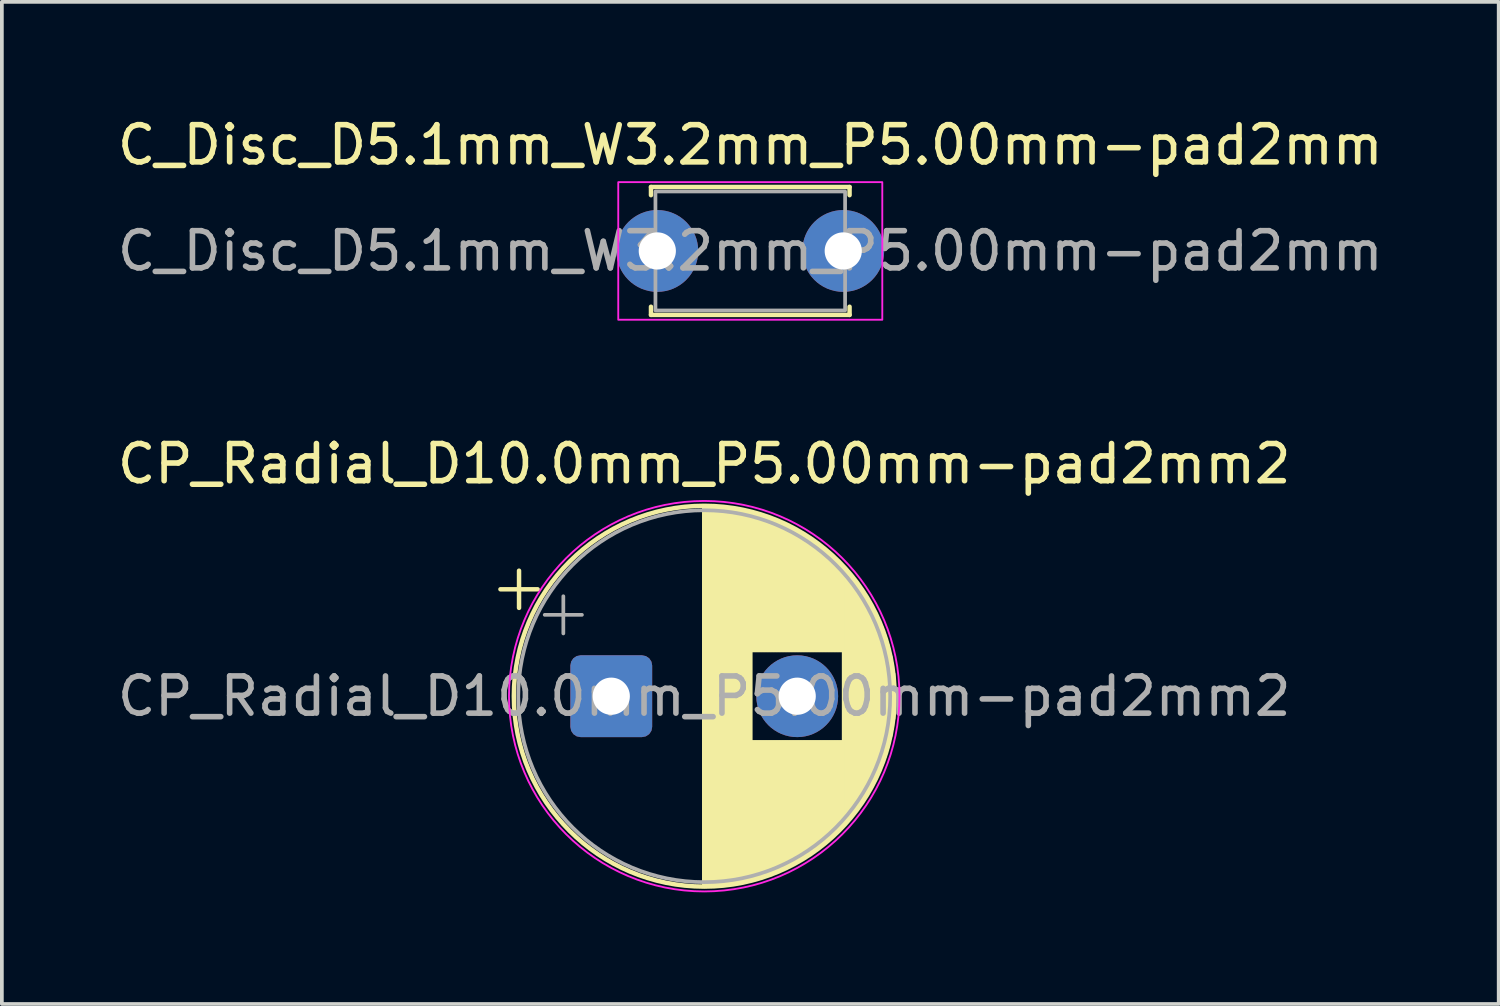
<source format=kicad_pcb>
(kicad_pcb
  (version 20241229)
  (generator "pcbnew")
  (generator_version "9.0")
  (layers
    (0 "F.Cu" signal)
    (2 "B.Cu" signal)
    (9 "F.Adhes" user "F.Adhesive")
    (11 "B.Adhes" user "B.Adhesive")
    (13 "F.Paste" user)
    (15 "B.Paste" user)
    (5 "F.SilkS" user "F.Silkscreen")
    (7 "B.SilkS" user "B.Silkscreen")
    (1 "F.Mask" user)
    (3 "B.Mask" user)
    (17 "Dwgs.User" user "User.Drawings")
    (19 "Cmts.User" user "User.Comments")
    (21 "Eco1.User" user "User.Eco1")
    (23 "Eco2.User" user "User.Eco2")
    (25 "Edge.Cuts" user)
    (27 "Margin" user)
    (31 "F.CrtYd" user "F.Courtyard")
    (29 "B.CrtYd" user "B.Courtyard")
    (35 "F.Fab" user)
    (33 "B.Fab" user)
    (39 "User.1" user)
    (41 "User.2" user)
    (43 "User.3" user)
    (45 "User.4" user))
  (footprint "C_Disc_D5.1mm_W3.2mm_P5.00mm-pad2mm"
    (layer "F.Cu")
    (at 14.625 3.698)
    (property "Reference" "C_Disc_D5.1mm_W3.2mm_P5.00mm-pad2mm" (at 2.5 -2.85 0) (layer "F.SilkS") (effects (font (size 1 1) (thickness 0.15))))
    (attr through_hole)
    (fp_line (start -0.17 -1.72) (end 5.17 -1.72) (stroke (width 0.12) (type solid)) (layer "F.SilkS"))
    (fp_line (start -0.17 -1.5) (end -0.17 -1.72) (stroke (width 0.12) (type solid)) (layer "F.SilkS"))
    (fp_line (start -0.17 1.72) (end -0.17 1.5) (stroke (width 0.12) (type solid)) (layer "F.SilkS"))
    (fp_line (start 5.17 -1.72) (end 5.17 -1.5) (stroke (width 0.12) (type solid)) (layer "F.SilkS"))
    (fp_line (start 5.17 1.5) (end 5.17 1.72) (stroke (width 0.12) (type solid)) (layer "F.SilkS"))
    (fp_line (start 5.17 1.72) (end -0.17 1.72) (stroke (width 0.12) (type solid)) (layer "F.SilkS"))
    (fp_rect (start -1.05 -1.85) (end 6.05 1.85) (stroke (width 0.05) (type solid)) (fill no) (layer "F.CrtYd"))
    (fp_rect (start -0.05 -1.6) (end 5.05 1.6) (stroke (width 0.1) (type solid)) (fill no) (layer "F.Fab"))
    (fp_text user "${REFERENCE}" (at 2.5 0 0) (layer "F.Fab") (effects (font (size 1 1) (thickness 0.15))))
    (pad "1" thru_hole circle (at 0 0) (size 2.2 2.2) (drill 1) (layers "*.Cu" "*.Mask"))
    (pad "2" thru_hole circle (at 5 0) (size 2.2 2.2) (drill 1) (layers "*.Cu" "*.Mask")))
  (footprint "CP_Radial_D10.0mm_P5.00mm-pad2mm2"
    (layer "F.Cu")
    (at 13.387 15.671)
    (property "Reference" "CP_Radial_D10.0mm_P5.00mm-pad2mm2" (at 2.5 -6.25 0) (layer "F.SilkS") (effects (font (size 1 1) (thickness 0.15))))
    (attr through_hole)
    (fp_line (start -2.98 -2.875) (end -1.98 -2.875) (stroke (width 0.12) (type solid)) (layer "F.SilkS"))
    (fp_line (start -2.48 -3.375) (end -2.48 -2.375) (stroke (width 0.12) (type solid)) (layer "F.SilkS"))
    (fp_line (start 2.5 -5.08) (end 2.5 5.08) (stroke (width 0.12) (type solid)) (layer "F.SilkS"))
    (fp_line (start 2.54 -5.08) (end 2.54 5.08) (stroke (width 0.12) (type solid)) (layer "F.SilkS"))
    (fp_line (start 2.58 -5.079) (end 2.58 5.079) (stroke (width 0.12) (type solid)) (layer "F.SilkS"))
    (fp_line (start 2.62 -5.079) (end 2.62 5.079) (stroke (width 0.12) (type solid)) (layer "F.SilkS"))
    (fp_line (start 2.66 -5.077) (end 2.66 5.077) (stroke (width 0.12) (type solid)) (layer "F.SilkS"))
    (fp_line (start 2.7 -5.076) (end 2.7 5.076) (stroke (width 0.12) (type solid)) (layer "F.SilkS"))
    (fp_line (start 2.74 -5.074) (end 2.74 5.074) (stroke (width 0.12) (type solid)) (layer "F.SilkS"))
    (fp_line (start 2.78 -5.072) (end 2.78 5.072) (stroke (width 0.12) (type solid)) (layer "F.SilkS"))
    (fp_line (start 2.82 -5.07) (end 2.82 5.07) (stroke (width 0.12) (type solid)) (layer "F.SilkS"))
    (fp_line (start 2.86 -5.067) (end 2.86 5.067) (stroke (width 0.12) (type solid)) (layer "F.SilkS"))
    (fp_line (start 2.9 -5.064) (end 2.9 5.064) (stroke (width 0.12) (type solid)) (layer "F.SilkS"))
    (fp_line (start 2.94 -5.061) (end 2.94 5.061) (stroke (width 0.12) (type solid)) (layer "F.SilkS"))
    (fp_line (start 2.98 -5.057) (end 2.98 5.057) (stroke (width 0.12) (type solid)) (layer "F.SilkS"))
    (fp_line (start 3.02 -5.054) (end 3.02 5.054) (stroke (width 0.12) (type solid)) (layer "F.SilkS"))
    (fp_line (start 3.06 -5.049) (end 3.06 5.049) (stroke (width 0.12) (type solid)) (layer "F.SilkS"))
    (fp_line (start 3.1 -5.045) (end 3.1 5.045) (stroke (width 0.12) (type solid)) (layer "F.SilkS"))
    (fp_line (start 3.14 -5.04) (end 3.14 5.04) (stroke (width 0.12) (type solid)) (layer "F.SilkS"))
    (fp_line (start 3.18 -5.035) (end 3.18 5.035) (stroke (width 0.12) (type solid)) (layer "F.SilkS"))
    (fp_line (start 3.22 -5.029) (end 3.22 5.029) (stroke (width 0.12) (type solid)) (layer "F.SilkS"))
    (fp_line (start 3.26 -5.023) (end 3.26 5.023) (stroke (width 0.12) (type solid)) (layer "F.SilkS"))
    (fp_line (start 3.3 -5.017) (end 3.3 5.017) (stroke (width 0.12) (type solid)) (layer "F.SilkS"))
    (fp_line (start 3.34 -5.011) (end 3.34 5.011) (stroke (width 0.12) (type solid)) (layer "F.SilkS"))
    (fp_line (start 3.38 -5.004) (end 3.38 5.004) (stroke (width 0.12) (type solid)) (layer "F.SilkS"))
    (fp_line (start 3.42 -4.997) (end 3.42 4.997) (stroke (width 0.12) (type solid)) (layer "F.SilkS"))
    (fp_line (start 3.46 -4.989) (end 3.46 4.989) (stroke (width 0.12) (type solid)) (layer "F.SilkS"))
    (fp_line (start 3.5 -4.981) (end 3.5 4.981) (stroke (width 0.12) (type solid)) (layer "F.SilkS"))
    (fp_line (start 3.54 -4.973) (end 3.54 4.973) (stroke (width 0.12) (type solid)) (layer "F.SilkS"))
    (fp_line (start 3.58 -4.965) (end 3.58 4.965) (stroke (width 0.12) (type solid)) (layer "F.SilkS"))
    (fp_line (start 3.62 -4.956) (end 3.62 4.956) (stroke (width 0.12) (type solid)) (layer "F.SilkS"))
    (fp_line (start 3.66 -4.947) (end 3.66 4.947) (stroke (width 0.12) (type solid)) (layer "F.SilkS"))
    (fp_line (start 3.7 -4.937) (end 3.7 4.937) (stroke (width 0.12) (type solid)) (layer "F.SilkS"))
    (fp_line (start 3.74 -4.928) (end 3.74 4.928) (stroke (width 0.12) (type solid)) (layer "F.SilkS"))
    (fp_line (start 3.78 -4.917) (end 3.78 -1.24) (stroke (width 0.12) (type solid)) (layer "F.SilkS"))
    (fp_line (start 3.78 1.24) (end 3.78 4.917) (stroke (width 0.12) (type solid)) (layer "F.SilkS"))
    (fp_line (start 3.82 -4.907) (end 3.82 -1.24) (stroke (width 0.12) (type solid)) (layer "F.SilkS"))
    (fp_line (start 3.82 1.24) (end 3.82 4.907) (stroke (width 0.12) (type solid)) (layer "F.SilkS"))
    (fp_line (start 3.86 -4.896) (end 3.86 -1.24) (stroke (width 0.12) (type solid)) (layer "F.SilkS"))
    (fp_line (start 3.86 1.24) (end 3.86 4.896) (stroke (width 0.12) (type solid)) (layer "F.SilkS"))
    (fp_line (start 3.9 -4.885) (end 3.9 -1.24) (stroke (width 0.12) (type solid)) (layer "F.SilkS"))
    (fp_line (start 3.9 1.24) (end 3.9 4.885) (stroke (width 0.12) (type solid)) (layer "F.SilkS"))
    (fp_line (start 3.94 -4.873) (end 3.94 -1.24) (stroke (width 0.12) (type solid)) (layer "F.SilkS"))
    (fp_line (start 3.94 1.24) (end 3.94 4.873) (stroke (width 0.12) (type solid)) (layer "F.SilkS"))
    (fp_line (start 3.98 -4.861) (end 3.98 -1.24) (stroke (width 0.12) (type solid)) (layer "F.SilkS"))
    (fp_line (start 3.98 1.24) (end 3.98 4.861) (stroke (width 0.12) (type solid)) (layer "F.SilkS"))
    (fp_line (start 4.02 -4.849) (end 4.02 -1.24) (stroke (width 0.12) (type solid)) (layer "F.SilkS"))
    (fp_line (start 4.02 1.24) (end 4.02 4.849) (stroke (width 0.12) (type solid)) (layer "F.SilkS"))
    (fp_line (start 4.06 -4.837) (end 4.06 -1.24) (stroke (width 0.12) (type solid)) (layer "F.SilkS"))
    (fp_line (start 4.06 1.24) (end 4.06 4.837) (stroke (width 0.12) (type solid)) (layer "F.SilkS"))
    (fp_line (start 4.1 -4.824) (end 4.1 -1.24) (stroke (width 0.12) (type solid)) (layer "F.SilkS"))
    (fp_line (start 4.1 1.24) (end 4.1 4.824) (stroke (width 0.12) (type solid)) (layer "F.SilkS"))
    (fp_line (start 4.14 -4.81) (end 4.14 -1.24) (stroke (width 0.12) (type solid)) (layer "F.SilkS"))
    (fp_line (start 4.14 1.24) (end 4.14 4.81) (stroke (width 0.12) (type solid)) (layer "F.SilkS"))
    (fp_line (start 4.18 -4.797) (end 4.18 -1.24) (stroke (width 0.12) (type solid)) (layer "F.SilkS"))
    (fp_line (start 4.18 1.24) (end 4.18 4.797) (stroke (width 0.12) (type solid)) (layer "F.SilkS"))
    (fp_line (start 4.22 -4.782) (end 4.22 -1.24) (stroke (width 0.12) (type solid)) (layer "F.SilkS"))
    (fp_line (start 4.22 1.24) (end 4.22 4.782) (stroke (width 0.12) (type solid)) (layer "F.SilkS"))
    (fp_line (start 4.26 -4.768) (end 4.26 -1.24) (stroke (width 0.12) (type solid)) (layer "F.SilkS"))
    (fp_line (start 4.26 1.24) (end 4.26 4.768) (stroke (width 0.12) (type solid)) (layer "F.SilkS"))
    (fp_line (start 4.3 -4.753) (end 4.3 -1.24) (stroke (width 0.12) (type solid)) (layer "F.SilkS"))
    (fp_line (start 4.3 1.24) (end 4.3 4.753) (stroke (width 0.12) (type solid)) (layer "F.SilkS"))
    (fp_line (start 4.34 -4.738) (end 4.34 -1.24) (stroke (width 0.12) (type solid)) (layer "F.SilkS"))
    (fp_line (start 4.34 1.24) (end 4.34 4.738) (stroke (width 0.12) (type solid)) (layer "F.SilkS"))
    (fp_line (start 4.38 -4.722) (end 4.38 -1.24) (stroke (width 0.12) (type solid)) (layer "F.SilkS"))
    (fp_line (start 4.38 1.24) (end 4.38 4.722) (stroke (width 0.12) (type solid)) (layer "F.SilkS"))
    (fp_line (start 4.42 -4.706) (end 4.42 -1.24) (stroke (width 0.12) (type solid)) (layer "F.SilkS"))
    (fp_line (start 4.42 1.24) (end 4.42 4.706) (stroke (width 0.12) (type solid)) (layer "F.SilkS"))
    (fp_line (start 4.46 -4.69) (end 4.46 -1.24) (stroke (width 0.12) (type solid)) (layer "F.SilkS"))
    (fp_line (start 4.46 1.24) (end 4.46 4.69) (stroke (width 0.12) (type solid)) (layer "F.SilkS"))
    (fp_line (start 4.5 -4.673) (end 4.5 -1.24) (stroke (width 0.12) (type solid)) (layer "F.SilkS"))
    (fp_line (start 4.5 1.24) (end 4.5 4.673) (stroke (width 0.12) (type solid)) (layer "F.SilkS"))
    (fp_line (start 4.54 -4.656) (end 4.54 -1.24) (stroke (width 0.12) (type solid)) (layer "F.SilkS"))
    (fp_line (start 4.54 1.24) (end 4.54 4.656) (stroke (width 0.12) (type solid)) (layer "F.SilkS"))
    (fp_line (start 4.58 -4.638) (end 4.58 -1.24) (stroke (width 0.12) (type solid)) (layer "F.SilkS"))
    (fp_line (start 4.58 1.24) (end 4.58 4.638) (stroke (width 0.12) (type solid)) (layer "F.SilkS"))
    (fp_line (start 4.62 -4.62) (end 4.62 -1.24) (stroke (width 0.12) (type solid)) (layer "F.SilkS"))
    (fp_line (start 4.62 1.24) (end 4.62 4.62) (stroke (width 0.12) (type solid)) (layer "F.SilkS"))
    (fp_line (start 4.66 -4.602) (end 4.66 -1.24) (stroke (width 0.12) (type solid)) (layer "F.SilkS"))
    (fp_line (start 4.66 1.24) (end 4.66 4.602) (stroke (width 0.12) (type solid)) (layer "F.SilkS"))
    (fp_line (start 4.7 -4.583) (end 4.7 -1.24) (stroke (width 0.12) (type solid)) (layer "F.SilkS"))
    (fp_line (start 4.7 1.24) (end 4.7 4.583) (stroke (width 0.12) (type solid)) (layer "F.SilkS"))
    (fp_line (start 4.74 -4.564) (end 4.74 -1.24) (stroke (width 0.12) (type solid)) (layer "F.SilkS"))
    (fp_line (start 4.74 1.24) (end 4.74 4.564) (stroke (width 0.12) (type solid)) (layer "F.SilkS"))
    (fp_line (start 4.78 -4.544) (end 4.78 -1.24) (stroke (width 0.12) (type solid)) (layer "F.SilkS"))
    (fp_line (start 4.78 1.24) (end 4.78 4.544) (stroke (width 0.12) (type solid)) (layer "F.SilkS"))
    (fp_line (start 4.82 -4.524) (end 4.82 -1.24) (stroke (width 0.12) (type solid)) (layer "F.SilkS"))
    (fp_line (start 4.82 1.24) (end 4.82 4.524) (stroke (width 0.12) (type solid)) (layer "F.SilkS"))
    (fp_line (start 4.86 -4.504) (end 4.86 -1.24) (stroke (width 0.12) (type solid)) (layer "F.SilkS"))
    (fp_line (start 4.86 1.24) (end 4.86 4.504) (stroke (width 0.12) (type solid)) (layer "F.SilkS"))
    (fp_line (start 4.9 -4.483) (end 4.9 -1.24) (stroke (width 0.12) (type solid)) (layer "F.SilkS"))
    (fp_line (start 4.9 1.24) (end 4.9 4.483) (stroke (width 0.12) (type solid)) (layer "F.SilkS"))
    (fp_line (start 4.94 -4.461) (end 4.94 -1.24) (stroke (width 0.12) (type solid)) (layer "F.SilkS"))
    (fp_line (start 4.94 1.24) (end 4.94 4.461) (stroke (width 0.12) (type solid)) (layer "F.SilkS"))
    (fp_line (start 4.98 -4.439) (end 4.98 -1.24) (stroke (width 0.12) (type solid)) (layer "F.SilkS"))
    (fp_line (start 4.98 1.24) (end 4.98 4.439) (stroke (width 0.12) (type solid)) (layer "F.SilkS"))
    (fp_line (start 5.02 -4.417) (end 5.02 -1.24) (stroke (width 0.12) (type solid)) (layer "F.SilkS"))
    (fp_line (start 5.02 1.24) (end 5.02 4.417) (stroke (width 0.12) (type solid)) (layer "F.SilkS"))
    (fp_line (start 5.06 -4.394) (end 5.06 -1.24) (stroke (width 0.12) (type solid)) (layer "F.SilkS"))
    (fp_line (start 5.06 1.24) (end 5.06 4.394) (stroke (width 0.12) (type solid)) (layer "F.SilkS"))
    (fp_line (start 5.1 -4.371) (end 5.1 -1.24) (stroke (width 0.12) (type solid)) (layer "F.SilkS"))
    (fp_line (start 5.1 1.24) (end 5.1 4.371) (stroke (width 0.12) (type solid)) (layer "F.SilkS"))
    (fp_line (start 5.14 -4.347) (end 5.14 -1.24) (stroke (width 0.12) (type solid)) (layer "F.SilkS"))
    (fp_line (start 5.14 1.24) (end 5.14 4.347) (stroke (width 0.12) (type solid)) (layer "F.SilkS"))
    (fp_line (start 5.18 -4.323) (end 5.18 -1.24) (stroke (width 0.12) (type solid)) (layer "F.SilkS"))
    (fp_line (start 5.18 1.24) (end 5.18 4.323) (stroke (width 0.12) (type solid)) (layer "F.SilkS"))
    (fp_line (start 5.22 -4.298) (end 5.22 -1.24) (stroke (width 0.12) (type solid)) (layer "F.SilkS"))
    (fp_line (start 5.22 1.24) (end 5.22 4.298) (stroke (width 0.12) (type solid)) (layer "F.SilkS"))
    (fp_line (start 5.26 -4.272) (end 5.26 -1.24) (stroke (width 0.12) (type solid)) (layer "F.SilkS"))
    (fp_line (start 5.26 1.24) (end 5.26 4.272) (stroke (width 0.12) (type solid)) (layer "F.SilkS"))
    (fp_line (start 5.3 -4.247) (end 5.3 -1.24) (stroke (width 0.12) (type solid)) (layer "F.SilkS"))
    (fp_line (start 5.3 1.24) (end 5.3 4.247) (stroke (width 0.12) (type solid)) (layer "F.SilkS"))
    (fp_line (start 5.34 -4.22) (end 5.34 -1.24) (stroke (width 0.12) (type solid)) (layer "F.SilkS"))
    (fp_line (start 5.34 1.24) (end 5.34 4.22) (stroke (width 0.12) (type solid)) (layer "F.SilkS"))
    (fp_line (start 5.38 -4.193) (end 5.38 -1.24) (stroke (width 0.12) (type solid)) (layer "F.SilkS"))
    (fp_line (start 5.38 1.24) (end 5.38 4.193) (stroke (width 0.12) (type solid)) (layer "F.SilkS"))
    (fp_line (start 5.42 -4.166) (end 5.42 -1.24) (stroke (width 0.12) (type solid)) (layer "F.SilkS"))
    (fp_line (start 5.42 1.24) (end 5.42 4.166) (stroke (width 0.12) (type solid)) (layer "F.SilkS"))
    (fp_line (start 5.46 -4.138) (end 5.46 -1.24) (stroke (width 0.12) (type solid)) (layer "F.SilkS"))
    (fp_line (start 5.46 1.24) (end 5.46 4.138) (stroke (width 0.12) (type solid)) (layer "F.SilkS"))
    (fp_line (start 5.5 -4.109) (end 5.5 -1.24) (stroke (width 0.12) (type solid)) (layer "F.SilkS"))
    (fp_line (start 5.5 1.24) (end 5.5 4.109) (stroke (width 0.12) (type solid)) (layer "F.SilkS"))
    (fp_line (start 5.54 -4.08) (end 5.54 -1.24) (stroke (width 0.12) (type solid)) (layer "F.SilkS"))
    (fp_line (start 5.54 1.24) (end 5.54 4.08) (stroke (width 0.12) (type solid)) (layer "F.SilkS"))
    (fp_line (start 5.58 -4.05) (end 5.58 -1.24) (stroke (width 0.12) (type solid)) (layer "F.SilkS"))
    (fp_line (start 5.58 1.24) (end 5.58 4.05) (stroke (width 0.12) (type solid)) (layer "F.SilkS"))
    (fp_line (start 5.62 -4.02) (end 5.62 -1.24) (stroke (width 0.12) (type solid)) (layer "F.SilkS"))
    (fp_line (start 5.62 1.24) (end 5.62 4.02) (stroke (width 0.12) (type solid)) (layer "F.SilkS"))
    (fp_line (start 5.66 -3.988) (end 5.66 -1.24) (stroke (width 0.12) (type solid)) (layer "F.SilkS"))
    (fp_line (start 5.66 1.24) (end 5.66 3.988) (stroke (width 0.12) (type solid)) (layer "F.SilkS"))
    (fp_line (start 5.7 -3.957) (end 5.7 -1.24) (stroke (width 0.12) (type solid)) (layer "F.SilkS"))
    (fp_line (start 5.7 1.24) (end 5.7 3.957) (stroke (width 0.12) (type solid)) (layer "F.SilkS"))
    (fp_line (start 5.74 -3.924) (end 5.74 -1.24) (stroke (width 0.12) (type solid)) (layer "F.SilkS"))
    (fp_line (start 5.74 1.24) (end 5.74 3.924) (stroke (width 0.12) (type solid)) (layer "F.SilkS"))
    (fp_line (start 5.78 -3.891) (end 5.78 -1.24) (stroke (width 0.12) (type solid)) (layer "F.SilkS"))
    (fp_line (start 5.78 1.24) (end 5.78 3.891) (stroke (width 0.12) (type solid)) (layer "F.SilkS"))
    (fp_line (start 5.82 -3.858) (end 5.82 -1.24) (stroke (width 0.12) (type solid)) (layer "F.SilkS"))
    (fp_line (start 5.82 1.24) (end 5.82 3.858) (stroke (width 0.12) (type solid)) (layer "F.SilkS"))
    (fp_line (start 5.86 -3.823) (end 5.86 -1.24) (stroke (width 0.12) (type solid)) (layer "F.SilkS"))
    (fp_line (start 5.86 1.24) (end 5.86 3.823) (stroke (width 0.12) (type solid)) (layer "F.SilkS"))
    (fp_line (start 5.9 -3.788) (end 5.9 -1.24) (stroke (width 0.12) (type solid)) (layer "F.SilkS"))
    (fp_line (start 5.9 1.24) (end 5.9 3.788) (stroke (width 0.12) (type solid)) (layer "F.SilkS"))
    (fp_line (start 5.94 -3.752) (end 5.94 -1.24) (stroke (width 0.12) (type solid)) (layer "F.SilkS"))
    (fp_line (start 5.94 1.24) (end 5.94 3.752) (stroke (width 0.12) (type solid)) (layer "F.SilkS"))
    (fp_line (start 5.98 -3.716) (end 5.98 -1.24) (stroke (width 0.12) (type solid)) (layer "F.SilkS"))
    (fp_line (start 5.98 1.24) (end 5.98 3.716) (stroke (width 0.12) (type solid)) (layer "F.SilkS"))
    (fp_line (start 6.02 -3.678) (end 6.02 -1.24) (stroke (width 0.12) (type solid)) (layer "F.SilkS"))
    (fp_line (start 6.02 1.24) (end 6.02 3.678) (stroke (width 0.12) (type solid)) (layer "F.SilkS"))
    (fp_line (start 6.06 -3.64) (end 6.06 -1.24) (stroke (width 0.12) (type solid)) (layer "F.SilkS"))
    (fp_line (start 6.06 1.24) (end 6.06 3.64) (stroke (width 0.12) (type solid)) (layer "F.SilkS"))
    (fp_line (start 6.1 -3.601) (end 6.1 -1.24) (stroke (width 0.12) (type solid)) (layer "F.SilkS"))
    (fp_line (start 6.1 1.24) (end 6.1 3.601) (stroke (width 0.12) (type solid)) (layer "F.SilkS"))
    (fp_line (start 6.14 -3.561) (end 6.14 -1.24) (stroke (width 0.12) (type solid)) (layer "F.SilkS"))
    (fp_line (start 6.14 1.24) (end 6.14 3.561) (stroke (width 0.12) (type solid)) (layer "F.SilkS"))
    (fp_line (start 6.18 -3.52) (end 6.18 -1.24) (stroke (width 0.12) (type solid)) (layer "F.SilkS"))
    (fp_line (start 6.18 1.24) (end 6.18 3.52) (stroke (width 0.12) (type solid)) (layer "F.SilkS"))
    (fp_line (start 6.22 -3.478) (end 6.22 -1.24) (stroke (width 0.12) (type solid)) (layer "F.SilkS"))
    (fp_line (start 6.22 1.24) (end 6.22 3.478) (stroke (width 0.12) (type solid)) (layer "F.SilkS"))
    (fp_line (start 6.26 -3.435) (end 6.26 3.435) (stroke (width 0.12) (type solid)) (layer "F.SilkS"))
    (fp_line (start 6.3 -3.391) (end 6.3 3.391) (stroke (width 0.12) (type solid)) (layer "F.SilkS"))
    (fp_line (start 6.34 -3.347) (end 6.34 3.347) (stroke (width 0.12) (type solid)) (layer "F.SilkS"))
    (fp_line (start 6.38 -3.301) (end 6.38 3.301) (stroke (width 0.12) (type solid)) (layer "F.SilkS"))
    (fp_line (start 6.42 -3.254) (end 6.42 3.254) (stroke (width 0.12) (type solid)) (layer "F.SilkS"))
    (fp_line (start 6.46 -3.205) (end 6.46 3.205) (stroke (width 0.12) (type solid)) (layer "F.SilkS"))
    (fp_line (start 6.5 -3.156) (end 6.5 3.156) (stroke (width 0.12) (type solid)) (layer "F.SilkS"))
    (fp_line (start 6.54 -3.105) (end 6.54 3.105) (stroke (width 0.12) (type solid)) (layer "F.SilkS"))
    (fp_line (start 6.58 -3.053) (end 6.58 3.053) (stroke (width 0.12) (type solid)) (layer "F.SilkS"))
    (fp_line (start 6.62 -3) (end 6.62 3) (stroke (width 0.12) (type solid)) (layer "F.SilkS"))
    (fp_line (start 6.66 -2.945) (end 6.66 2.945) (stroke (width 0.12) (type solid)) (layer "F.SilkS"))
    (fp_line (start 6.7 -2.888) (end 6.7 2.888) (stroke (width 0.12) (type solid)) (layer "F.SilkS"))
    (fp_line (start 6.74 -2.83) (end 6.74 2.83) (stroke (width 0.12) (type solid)) (layer "F.SilkS"))
    (fp_line (start 6.78 -2.77) (end 6.78 2.77) (stroke (width 0.12) (type solid)) (layer "F.SilkS"))
    (fp_line (start 6.82 -2.708) (end 6.82 2.708) (stroke (width 0.12) (type solid)) (layer "F.SilkS"))
    (fp_line (start 6.86 -2.644) (end 6.86 2.644) (stroke (width 0.12) (type solid)) (layer "F.SilkS"))
    (fp_line (start 6.9 -2.578) (end 6.9 2.578) (stroke (width 0.12) (type solid)) (layer "F.SilkS"))
    (fp_line (start 6.94 -2.51) (end 6.94 2.51) (stroke (width 0.12) (type solid)) (layer "F.SilkS"))
    (fp_line (start 6.98 -2.439) (end 6.98 2.439) (stroke (width 0.12) (type solid)) (layer "F.SilkS"))
    (fp_line (start 7.02 -2.365) (end 7.02 2.365) (stroke (width 0.12) (type solid)) (layer "F.SilkS"))
    (fp_line (start 7.06 -2.288) (end 7.06 2.288) (stroke (width 0.12) (type solid)) (layer "F.SilkS"))
    (fp_line (start 7.1 -2.208) (end 7.1 2.208) (stroke (width 0.12) (type solid)) (layer "F.SilkS"))
    (fp_line (start 7.14 -2.124) (end 7.14 2.124) (stroke (width 0.12) (type solid)) (layer "F.SilkS"))
    (fp_line (start 7.18 -2.037) (end 7.18 2.037) (stroke (width 0.12) (type solid)) (layer "F.SilkS"))
    (fp_line (start 7.22 -1.944) (end 7.22 1.944) (stroke (width 0.12) (type solid)) (layer "F.SilkS"))
    (fp_line (start 7.26 -1.846) (end 7.26 1.846) (stroke (width 0.12) (type solid)) (layer "F.SilkS"))
    (fp_line (start 7.3 -1.742) (end 7.3 1.742) (stroke (width 0.12) (type solid)) (layer "F.SilkS"))
    (fp_line (start 7.34 -1.63) (end 7.34 1.63) (stroke (width 0.12) (type solid)) (layer "F.SilkS"))
    (fp_line (start 7.38 -1.509) (end 7.38 1.509) (stroke (width 0.12) (type solid)) (layer "F.SilkS"))
    (fp_line (start 7.42 -1.377) (end 7.42 1.377) (stroke (width 0.12) (type solid)) (layer "F.SilkS"))
    (fp_line (start 7.46 -1.23) (end 7.46 1.23) (stroke (width 0.12) (type solid)) (layer "F.SilkS"))
    (fp_line (start 7.5 -1.062) (end 7.5 1.062) (stroke (width 0.12) (type solid)) (layer "F.SilkS"))
    (fp_line (start 7.54 -0.862) (end 7.54 0.862) (stroke (width 0.12) (type solid)) (layer "F.SilkS"))
    (fp_line (start 7.58 -0.599) (end 7.58 0.599) (stroke (width 0.12) (type solid)) (layer "F.SilkS"))
    (fp_circle (center 2.5 0) (end 7.62 0) (stroke (width 0.12) (type solid)) (fill no) (layer "F.SilkS"))
    (fp_circle (center 2.5 0) (end 7.75 0) (stroke (width 0.05) (type solid)) (fill no) (layer "F.CrtYd"))
    (fp_line (start -1.789 -2.188) (end -0.789 -2.188) (stroke (width 0.1) (type solid)) (layer "F.Fab"))
    (fp_line (start -1.289 -2.688) (end -1.289 -1.688) (stroke (width 0.1) (type solid)) (layer "F.Fab"))
    (fp_circle (center 2.5 0) (end 7.5 0) (stroke (width 0.1) (type solid)) (fill no) (layer "F.Fab"))
    (fp_text user "${REFERENCE}" (at 2.5 0 0) (layer "F.Fab") (effects (font (size 1 1) (thickness 0.15))))
    (pad "1" thru_hole roundrect (at 0 0) (size 2.2 2.2) (drill 1) (layers "*.Cu" "*.Mask") (roundrect_rratio 0.125))
    (pad "2" thru_hole circle (at 5 0) (size 2.2 2.2) (drill 1) (layers "*.Cu" "*.Mask")))
  (gr_rect
    (start -3 -3)
    (end 37.25 23.947)
    (stroke (width 0.1) (type default))
    (fill no)
    (layer "Edge.Cuts")))
</source>
